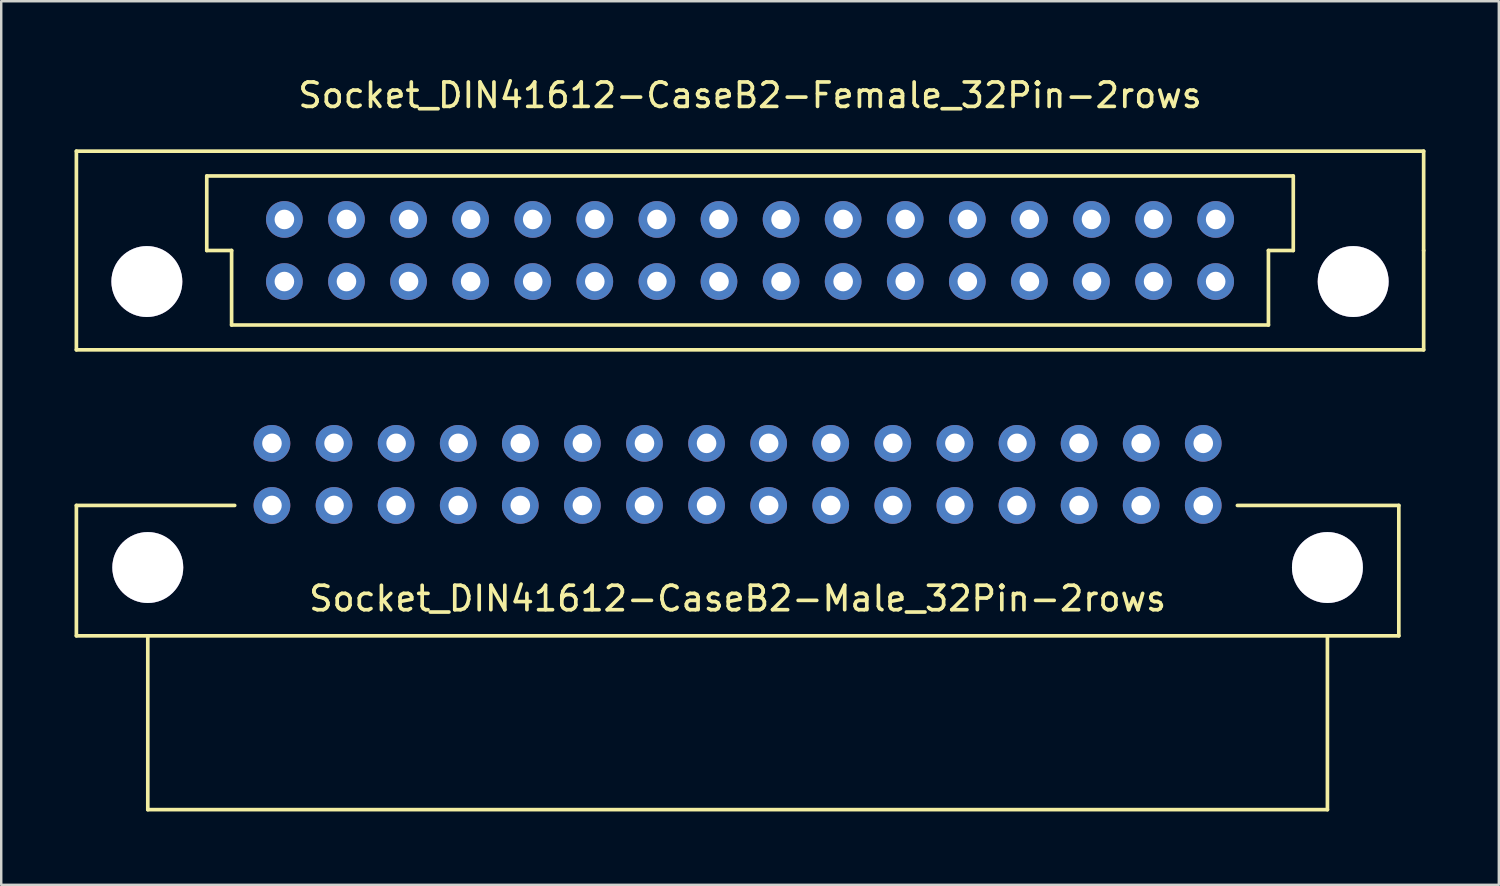
<source format=kicad_pcb>
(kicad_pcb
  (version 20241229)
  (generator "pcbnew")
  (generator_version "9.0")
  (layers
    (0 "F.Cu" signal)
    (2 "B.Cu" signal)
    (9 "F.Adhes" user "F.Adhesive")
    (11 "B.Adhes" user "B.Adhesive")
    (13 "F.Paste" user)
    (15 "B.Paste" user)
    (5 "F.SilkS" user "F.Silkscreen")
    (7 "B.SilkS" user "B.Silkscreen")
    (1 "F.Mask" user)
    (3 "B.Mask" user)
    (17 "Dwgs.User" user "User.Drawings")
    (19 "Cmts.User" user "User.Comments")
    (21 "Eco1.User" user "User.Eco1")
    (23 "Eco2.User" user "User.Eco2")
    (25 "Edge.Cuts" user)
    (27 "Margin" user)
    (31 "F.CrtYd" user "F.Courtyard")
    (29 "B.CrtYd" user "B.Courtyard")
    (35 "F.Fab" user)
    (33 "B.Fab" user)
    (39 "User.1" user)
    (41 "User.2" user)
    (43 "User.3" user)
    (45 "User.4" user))
  (footprint "Socket_DIN41612-CaseB2-Female_32Pin-2rows"
    (layer "F.Cu")
    (at 27.634 7.198)
    (property "Reference" "Socket_DIN41612-CaseB2-Female_32Pin-2rows" (at 0 -6.35 0) (layer "F.SilkS") (effects (font (size 1 1) (thickness 0.15))))
    (attr through_hole)
    (fp_line (start -27.559 -4.064) (end -27.559 4.064) (stroke (width 0.15) (type solid)) (layer "F.SilkS"))
    (fp_line (start -27.559 4.064) (end 27.559 4.064) (stroke (width 0.15) (type solid)) (layer "F.SilkS"))
    (fp_line (start -22.225 0) (end -22.225 -3.048) (stroke (width 0.15) (type solid)) (layer "F.SilkS"))
    (fp_line (start -21.209 0) (end -22.225 0) (stroke (width 0.15) (type solid)) (layer "F.SilkS"))
    (fp_line (start -21.209 3.048) (end -21.209 0) (stroke (width 0.15) (type solid)) (layer "F.SilkS"))
    (fp_line (start -21.209 3.048) (end 21.209 3.048) (stroke (width 0.15) (type solid)) (layer "F.SilkS"))
    (fp_line (start 21.209 0) (end 22.225 0) (stroke (width 0.15) (type solid)) (layer "F.SilkS"))
    (fp_line (start 21.209 3.048) (end 21.209 0) (stroke (width 0.15) (type solid)) (layer "F.SilkS"))
    (fp_line (start 22.225 -3.048) (end -22.225 -3.048) (stroke (width 0.15) (type solid)) (layer "F.SilkS"))
    (fp_line (start 22.225 0) (end 22.225 -3.048) (stroke (width 0.15) (type solid)) (layer "F.SilkS"))
    (fp_line (start 27.559 -4.064) (end -27.559 -4.064) (stroke (width 0.15) (type solid)) (layer "F.SilkS"))
    (fp_line (start 27.559 0) (end 27.559 -4.064) (stroke (width 0.15) (type solid)) (layer "F.SilkS"))
    (fp_line (start 27.559 4.064) (end 27.559 0) (stroke (width 0.15) (type solid)) (layer "F.SilkS"))
    (pad "1" thru_hole circle (at -24.676 1.27) (size 2.901 2.901) (drill 2.901) (layers "*.Cu" "*.Mask"))
    (pad "1" thru_hole circle (at 24.676 1.27) (size 2.901 2.901) (drill 2.901) (layers "*.Cu" "*.Mask"))
    (pad "1a" thru_hole circle (at 19.05 -1.27 180) (size 1.501 1.501) (drill 0.8) (layers "*.Cu" "*.Mask"))
    (pad "1b" thru_hole circle (at 19.05 1.27 180) (size 1.501 1.501) (drill 0.8) (layers "*.Cu" "*.Mask"))
    (pad "2a" thru_hole circle (at 16.51 -1.27 180) (size 1.501 1.501) (drill 0.8) (layers "*.Cu" "*.Mask"))
    (pad "2b" thru_hole circle (at 16.51 1.27 180) (size 1.501 1.501) (drill 0.8) (layers "*.Cu" "*.Mask"))
    (pad "3a" thru_hole circle (at 13.97 -1.27 180) (size 1.501 1.501) (drill 0.8) (layers "*.Cu" "*.Mask"))
    (pad "3b" thru_hole circle (at 13.97 1.27 180) (size 1.501 1.501) (drill 0.8) (layers "*.Cu" "*.Mask"))
    (pad "4a" thru_hole circle (at 11.43 -1.27 180) (size 1.501 1.501) (drill 0.8) (layers "*.Cu" "*.Mask"))
    (pad "4b" thru_hole circle (at 11.43 1.27 180) (size 1.501 1.501) (drill 0.8) (layers "*.Cu" "*.Mask"))
    (pad "5a" thru_hole circle (at 8.89 -1.27 180) (size 1.501 1.501) (drill 0.8) (layers "*.Cu" "*.Mask"))
    (pad "5b" thru_hole circle (at 8.89 1.27 180) (size 1.501 1.501) (drill 0.8) (layers "*.Cu" "*.Mask"))
    (pad "6a" thru_hole circle (at 6.35 -1.27 180) (size 1.501 1.501) (drill 0.8) (layers "*.Cu" "*.Mask"))
    (pad "6b" thru_hole circle (at 6.35 1.27 180) (size 1.501 1.501) (drill 0.8) (layers "*.Cu" "*.Mask"))
    (pad "7a" thru_hole circle (at 3.81 -1.27 180) (size 1.501 1.501) (drill 0.8) (layers "*.Cu" "*.Mask"))
    (pad "7b" thru_hole circle (at 3.81 1.27 180) (size 1.501 1.501) (drill 0.8) (layers "*.Cu" "*.Mask"))
    (pad "8a" thru_hole circle (at 1.27 -1.27 180) (size 1.501 1.501) (drill 0.8) (layers "*.Cu" "*.Mask"))
    (pad "8b" thru_hole circle (at 1.27 1.27 180) (size 1.501 1.501) (drill 0.8) (layers "*.Cu" "*.Mask"))
    (pad "9a" thru_hole circle (at -1.27 -1.27 180) (size 1.501 1.501) (drill 0.8) (layers "*.Cu" "*.Mask"))
    (pad "9b" thru_hole circle (at -1.27 1.27 180) (size 1.501 1.501) (drill 0.8) (layers "*.Cu" "*.Mask"))
    (pad "10a" thru_hole circle (at -3.81 -1.27 180) (size 1.501 1.501) (drill 0.8) (layers "*.Cu" "*.Mask"))
    (pad "10b" thru_hole circle (at -3.81 1.27 180) (size 1.501 1.501) (drill 0.8) (layers "*.Cu" "*.Mask"))
    (pad "11a" thru_hole circle (at -6.35 -1.27 180) (size 1.501 1.501) (drill 0.8) (layers "*.Cu" "*.Mask"))
    (pad "11b" thru_hole circle (at -6.35 1.27 180) (size 1.501 1.501) (drill 0.8) (layers "*.Cu" "*.Mask"))
    (pad "12a" thru_hole circle (at -8.89 -1.27 180) (size 1.501 1.501) (drill 0.8) (layers "*.Cu" "*.Mask"))
    (pad "12b" thru_hole circle (at -8.89 1.27 180) (size 1.501 1.501) (drill 0.8) (layers "*.Cu" "*.Mask"))
    (pad "13a" thru_hole circle (at -11.43 -1.27 180) (size 1.501 1.501) (drill 0.8) (layers "*.Cu" "*.Mask"))
    (pad "13b" thru_hole circle (at -11.43 1.27 180) (size 1.501 1.501) (drill 0.8) (layers "*.Cu" "*.Mask"))
    (pad "14a" thru_hole circle (at -13.97 -1.27 180) (size 1.501 1.501) (drill 0.8) (layers "*.Cu" "*.Mask"))
    (pad "14b" thru_hole circle (at -13.97 1.27 180) (size 1.501 1.501) (drill 0.8) (layers "*.Cu" "*.Mask"))
    (pad "15a" thru_hole circle (at -16.51 -1.27 180) (size 1.501 1.501) (drill 0.8) (layers "*.Cu" "*.Mask"))
    (pad "15b" thru_hole circle (at -16.51 1.27 180) (size 1.501 1.501) (drill 0.8) (layers "*.Cu" "*.Mask"))
    (pad "16a" thru_hole circle (at -19.05 -1.27 180) (size 1.501 1.501) (drill 0.8) (layers "*.Cu" "*.Mask"))
    (pad "16b" thru_hole circle (at -19.05 1.27 180) (size 1.501 1.501) (drill 0.8) (layers "*.Cu" "*.Mask")))
  (footprint "Socket_DIN41612-CaseB2-Male_32Pin-2rows"
    (layer "F.Cu")
    (at 27.126 16.358)
    (property "Reference" "Socket_DIN41612-CaseB2-Male_32Pin-2rows" (at 0 5.08 0) (layer "F.SilkS") (effects (font (size 1 1) (thickness 0.15))))
    (attr through_hole)
    (fp_line (start -27.051 1.27) (end -20.574 1.27) (stroke (width 0.15) (type solid)) (layer "F.SilkS"))
    (fp_line (start -27.051 6.604) (end -27.051 1.27) (stroke (width 0.15) (type solid)) (layer "F.SilkS"))
    (fp_line (start -24.13 13.716) (end -24.13 6.604) (stroke (width 0.15) (type solid)) (layer "F.SilkS"))
    (fp_line (start 24.13 6.604) (end 24.13 13.716) (stroke (width 0.15) (type solid)) (layer "F.SilkS"))
    (fp_line (start 24.13 13.716) (end -24.13 13.716) (stroke (width 0.15) (type solid)) (layer "F.SilkS"))
    (fp_line (start 27.051 1.27) (end 20.447 1.27) (stroke (width 0.15) (type solid)) (layer "F.SilkS"))
    (fp_line (start 27.051 1.27) (end 27.051 6.604) (stroke (width 0.15) (type solid)) (layer "F.SilkS"))
    (fp_line (start 27.051 6.604) (end -27.051 6.604) (stroke (width 0.15) (type solid)) (layer "F.SilkS"))
    (pad "1" thru_hole circle (at -24.13 3.81) (size 2.901 2.901) (drill 2.901) (layers "*.Cu" "*.Mask"))
    (pad "1" thru_hole circle (at 24.13 3.81) (size 2.901 2.901) (drill 2.901) (layers "*.Cu" "*.Mask"))
    (pad "1a" thru_hole circle (at 19.05 -1.27 180) (size 1.501 1.501) (drill 0.8) (layers "*.Cu" "*.Mask"))
    (pad "1b" thru_hole circle (at 19.05 1.27 180) (size 1.501 1.501) (drill 0.8) (layers "*.Cu" "*.Mask"))
    (pad "2a" thru_hole circle (at 16.51 -1.27 180) (size 1.501 1.501) (drill 0.8) (layers "*.Cu" "*.Mask"))
    (pad "2b" thru_hole circle (at 16.51 1.27 180) (size 1.501 1.501) (drill 0.8) (layers "*.Cu" "*.Mask"))
    (pad "3a" thru_hole circle (at 13.97 -1.27 180) (size 1.501 1.501) (drill 0.8) (layers "*.Cu" "*.Mask"))
    (pad "3b" thru_hole circle (at 13.97 1.27 180) (size 1.501 1.501) (drill 0.8) (layers "*.Cu" "*.Mask"))
    (pad "4a" thru_hole circle (at 11.43 -1.27 180) (size 1.501 1.501) (drill 0.8) (layers "*.Cu" "*.Mask"))
    (pad "4b" thru_hole circle (at 11.43 1.27 180) (size 1.501 1.501) (drill 0.8) (layers "*.Cu" "*.Mask"))
    (pad "5a" thru_hole circle (at 8.89 -1.27 180) (size 1.501 1.501) (drill 0.8) (layers "*.Cu" "*.Mask"))
    (pad "5b" thru_hole circle (at 8.89 1.27 180) (size 1.501 1.501) (drill 0.8) (layers "*.Cu" "*.Mask"))
    (pad "6a" thru_hole circle (at 6.35 -1.27 180) (size 1.501 1.501) (drill 0.8) (layers "*.Cu" "*.Mask"))
    (pad "6b" thru_hole circle (at 6.35 1.27 180) (size 1.501 1.501) (drill 0.8) (layers "*.Cu" "*.Mask"))
    (pad "7a" thru_hole circle (at 3.81 -1.27 180) (size 1.501 1.501) (drill 0.8) (layers "*.Cu" "*.Mask"))
    (pad "7b" thru_hole circle (at 3.81 1.27 180) (size 1.501 1.501) (drill 0.8) (layers "*.Cu" "*.Mask"))
    (pad "8a" thru_hole circle (at 1.27 -1.27 180) (size 1.501 1.501) (drill 0.8) (layers "*.Cu" "*.Mask"))
    (pad "8b" thru_hole circle (at 1.27 1.27 180) (size 1.501 1.501) (drill 0.8) (layers "*.Cu" "*.Mask"))
    (pad "9a" thru_hole circle (at -1.27 -1.27 180) (size 1.501 1.501) (drill 0.8) (layers "*.Cu" "*.Mask"))
    (pad "9b" thru_hole circle (at -1.27 1.27 180) (size 1.501 1.501) (drill 0.8) (layers "*.Cu" "*.Mask"))
    (pad "10a" thru_hole circle (at -3.81 -1.27 180) (size 1.501 1.501) (drill 0.8) (layers "*.Cu" "*.Mask"))
    (pad "10b" thru_hole circle (at -3.81 1.27 180) (size 1.501 1.501) (drill 0.8) (layers "*.Cu" "*.Mask"))
    (pad "11a" thru_hole circle (at -6.35 -1.27 180) (size 1.501 1.501) (drill 0.8) (layers "*.Cu" "*.Mask"))
    (pad "11b" thru_hole circle (at -6.35 1.27 180) (size 1.501 1.501) (drill 0.8) (layers "*.Cu" "*.Mask"))
    (pad "12a" thru_hole circle (at -8.89 -1.27 180) (size 1.501 1.501) (drill 0.8) (layers "*.Cu" "*.Mask"))
    (pad "12b" thru_hole circle (at -8.89 1.27 180) (size 1.501 1.501) (drill 0.8) (layers "*.Cu" "*.Mask"))
    (pad "13a" thru_hole circle (at -11.43 -1.27 180) (size 1.501 1.501) (drill 0.8) (layers "*.Cu" "*.Mask"))
    (pad "13b" thru_hole circle (at -11.43 1.27 180) (size 1.501 1.501) (drill 0.8) (layers "*.Cu" "*.Mask"))
    (pad "14a" thru_hole circle (at -13.97 -1.27 180) (size 1.501 1.501) (drill 0.8) (layers "*.Cu" "*.Mask"))
    (pad "14b" thru_hole circle (at -13.97 1.27 180) (size 1.501 1.501) (drill 0.8) (layers "*.Cu" "*.Mask"))
    (pad "15a" thru_hole circle (at -16.51 -1.27 180) (size 1.501 1.501) (drill 0.8) (layers "*.Cu" "*.Mask"))
    (pad "15b" thru_hole circle (at -16.51 1.27 180) (size 1.501 1.501) (drill 0.8) (layers "*.Cu" "*.Mask"))
    (pad "16a" thru_hole circle (at -19.05 -1.27 180) (size 1.501 1.501) (drill 0.8) (layers "*.Cu" "*.Mask"))
    (pad "16b" thru_hole circle (at -19.05 1.27 180) (size 1.501 1.501) (drill 0.8) (layers "*.Cu" "*.Mask")))
  (gr_rect
    (start -3 -3)
    (end 58.268 33.149)
    (stroke (width 0.1) (type default))
    (fill no)
    (layer "Edge.Cuts")))
</source>
